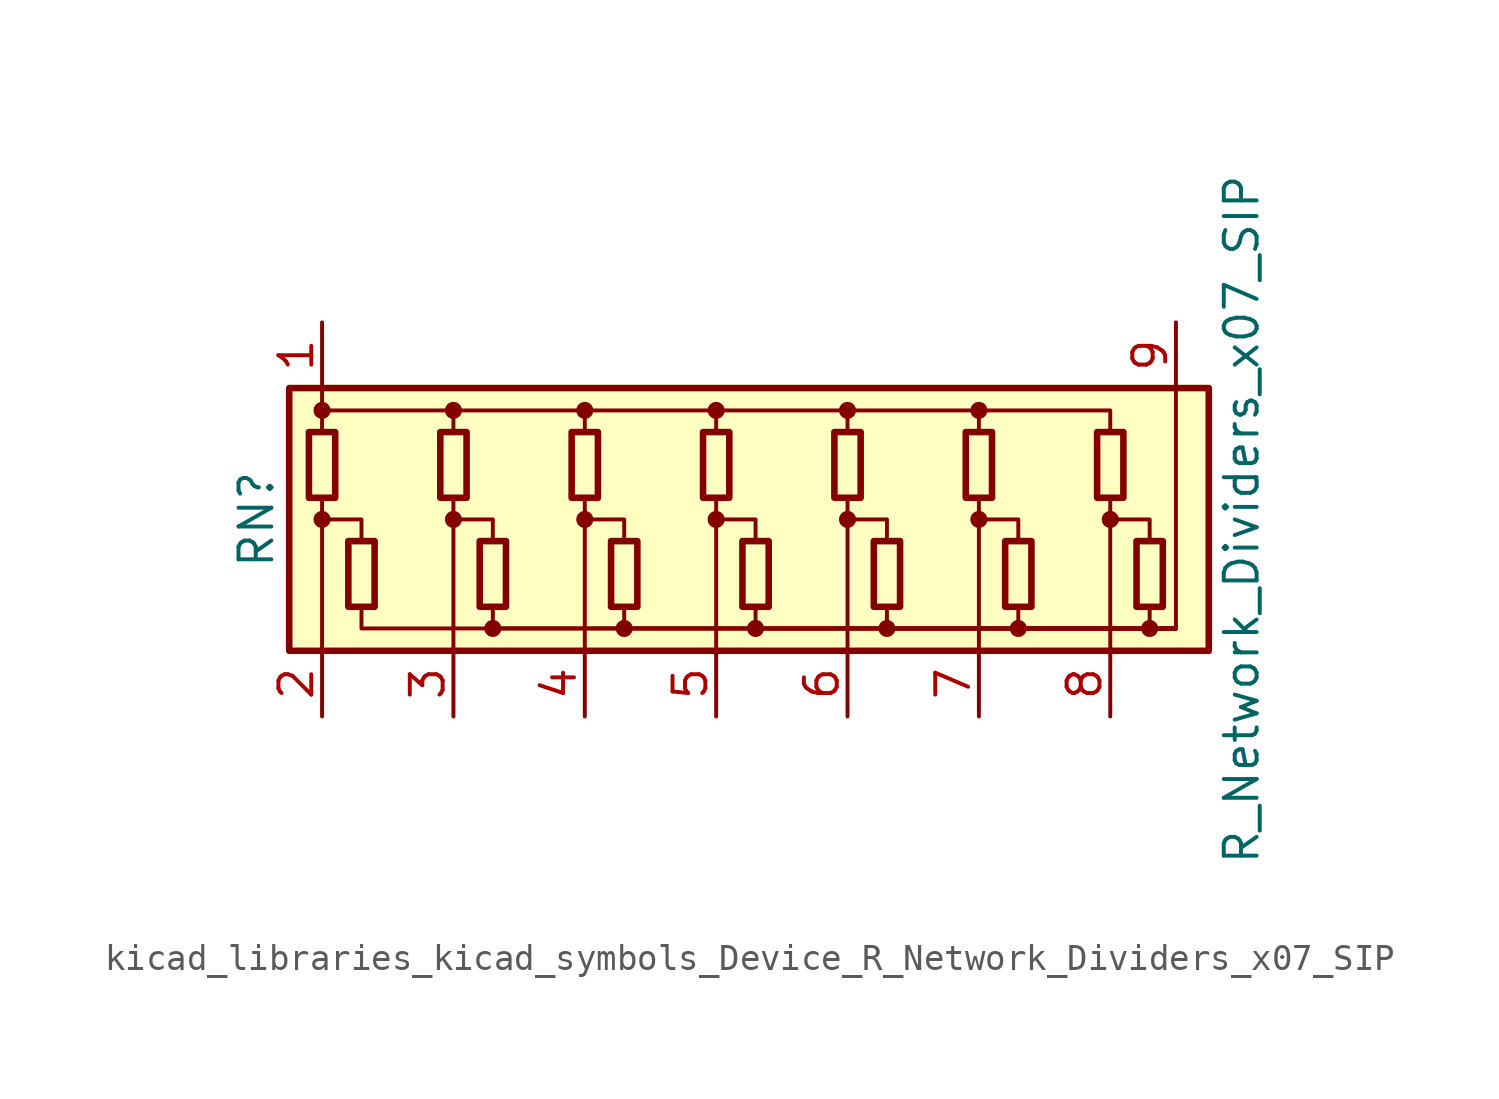
<source format=kicad_sym>
(kicad_symbol_lib
  (version 20220914)
  (generator kicad_symbol_editor)
  (symbol "kicad_libraries_kicad_symbols_Device_R_Network_Dividers_x07_SIP"
    (pin_names
      (offset 0) hide)
    (property "Reference" "RN"
      (at -17.78 0 90)
      (effects (font (size 1.27 1.27))))
    (property "Value" "R_Network_Dividers_x07_SIP"
      (at 20.32 0 90)
      (effects (font (size 1.27 1.27))))
    (symbol "kicad_libraries_kicad_symbols_Device_R_Network_Dividers_x07_SIP_0_1"
      (rectangle (start -16.51 -5.08) (end 19.05 5.08) (stroke (width 0.254) (type default)) (fill (type background)))
      (rectangle (start -15.748 3.378) (end -14.732 0.838) (stroke (width 0.254) (type default)) (fill (type none)))
      (circle (center -15.24 0) (radius 0.254) (stroke (width 0) (type default)) (fill (type outline)))
      (circle (center -15.24 4.216) (radius 0.254) (stroke (width 0) (type default)) (fill (type outline)))
      (rectangle (start -14.224 -3.378) (end -13.208 -0.838) (stroke (width 0.254) (type default)) (fill (type none)))
      (rectangle (start -10.668 3.378) (end -9.652 0.838) (stroke (width 0.254) (type default)) (fill (type none)))
      (circle (center -10.16 0) (radius 0.254) (stroke (width 0) (type default)) (fill (type outline)))
      (circle (center -10.16 4.216) (radius 0.254) (stroke (width 0) (type default)) (fill (type outline)))
      (rectangle (start -9.144 -3.378) (end -8.128 -0.838) (stroke (width 0.254) (type default)) (fill (type none)))
      (circle (center -8.636 -4.216) (radius 0.254) (stroke (width 0) (type default)) (fill (type outline)))
      (rectangle (start -5.588 3.378) (end -4.572 0.838) (stroke (width 0.254) (type default)) (fill (type none)))
      (circle (center -5.08 0) (radius 0.254) (stroke (width 0) (type default)) (fill (type outline)))
      (circle (center -5.08 4.216) (radius 0.254) (stroke (width 0) (type default)) (fill (type outline)))
      (rectangle (start -4.064 -3.378) (end -3.048 -0.838) (stroke (width 0.254) (type default)) (fill (type none)))
      (circle (center -3.556 -4.216) (radius 0.254) (stroke (width 0) (type default)) (fill (type outline)))
      (rectangle (start -0.508 3.378) (end 0.508 0.838) (stroke (width 0.254) (type default)) (fill (type none)))
      (polyline (pts (xy -15.24 -5.08) (xy -15.24 0.838)) (stroke (width 0) (type default)) (fill (type none)))
      (polyline (pts (xy -15.24 5.08) (xy -15.24 3.378)) (stroke (width 0) (type default)) (fill (type none)))
      (polyline (pts (xy -10.16 -5.08) (xy -10.16 0.838)) (stroke (width 0) (type default)) (fill (type none)))
      (polyline (pts (xy -5.08 -5.08) (xy -5.08 0.838)) (stroke (width 0) (type default)) (fill (type none)))
      (polyline (pts (xy 0 -5.08) (xy 0 0.838)) (stroke (width 0) (type default)) (fill (type none)))
      (polyline (pts (xy 5.08 -5.08) (xy 5.08 0.838)) (stroke (width 0) (type default)) (fill (type none)))
      (polyline (pts (xy 10.16 -5.08) (xy 10.16 0.838)) (stroke (width 0) (type default)) (fill (type none)))
      (polyline (pts (xy 15.24 -5.08) (xy 15.24 0.838)) (stroke (width 0) (type default)) (fill (type none)))
      (polyline (pts (xy 17.78 -4.216) (xy 17.78 5.08)) (stroke (width 0) (type default)) (fill (type none)))
      (polyline (pts (xy -15.24 0) (xy -13.716 0) (xy -13.716 -0.838)) (stroke (width 0) (type default)) (fill (type none)))
      (polyline (pts (xy -15.24 4.216) (xy -10.16 4.216) (xy -10.16 3.378)) (stroke (width 0) (type default)) (fill (type none)))
      (polyline (pts (xy -13.716 -3.378) (xy -13.716 -4.216) (xy 17.78 -4.216)) (stroke (width 0) (type default)) (fill (type none)))
      (polyline (pts (xy -10.16 0) (xy -8.636 0) (xy -8.636 -0.838)) (stroke (width 0) (type default)) (fill (type none)))
      (polyline (pts (xy -10.16 4.216) (xy -5.08 4.216) (xy -5.08 3.378)) (stroke (width 0) (type default)) (fill (type none)))
      (polyline (pts (xy -8.636 -3.378) (xy -8.636 -4.216) (xy 17.78 -4.216)) (stroke (width 0) (type default)) (fill (type none)))
      (polyline (pts (xy -5.08 0) (xy -3.556 0) (xy -3.556 -0.838)) (stroke (width 0) (type default)) (fill (type none)))
      (polyline (pts (xy -5.08 4.216) (xy 0 4.216) (xy 0 3.378)) (stroke (width 0) (type default)) (fill (type none)))
      (polyline (pts (xy -3.556 -3.378) (xy -3.556 -4.216) (xy 17.78 -4.216)) (stroke (width 0) (type default)) (fill (type none)))
      (polyline (pts (xy 0 0) (xy 1.524 0) (xy 1.524 -0.838)) (stroke (width 0) (type default)) (fill (type none)))
      (polyline (pts (xy 0 4.216) (xy 5.08 4.216) (xy 5.08 3.378)) (stroke (width 0) (type default)) (fill (type none)))
      (polyline (pts (xy 1.524 -3.378) (xy 1.524 -4.216) (xy 17.78 -4.216)) (stroke (width 0) (type default)) (fill (type none)))
      (polyline (pts (xy 5.08 0) (xy 6.604 0) (xy 6.604 -0.838)) (stroke (width 0) (type default)) (fill (type none)))
      (polyline (pts (xy 5.08 4.216) (xy 10.16 4.216) (xy 10.16 3.378)) (stroke (width 0) (type default)) (fill (type none)))
      (polyline (pts (xy 6.604 -3.378) (xy 6.604 -4.216) (xy 17.78 -4.216)) (stroke (width 0) (type default)) (fill (type none)))
      (polyline (pts (xy 10.16 0) (xy 11.684 0) (xy 11.684 -0.838)) (stroke (width 0) (type default)) (fill (type none)))
      (polyline (pts (xy 10.16 4.216) (xy 15.24 4.216) (xy 15.24 3.378)) (stroke (width 0) (type default)) (fill (type none)))
      (polyline (pts (xy 11.684 -3.378) (xy 11.684 -4.216) (xy 17.78 -4.216)) (stroke (width 0) (type default)) (fill (type none)))
      (polyline (pts (xy 15.24 0) (xy 16.764 0) (xy 16.764 -0.838)) (stroke (width 0) (type default)) (fill (type none)))
      (polyline (pts (xy 16.764 -3.378) (xy 16.764 -4.216) (xy 17.78 -4.216)) (stroke (width 0) (type default)) (fill (type none)))
      (circle (center 0 0) (radius 0.254) (stroke (width 0) (type default)) (fill (type outline)))
      (circle (center 0 4.216) (radius 0.254) (stroke (width 0) (type default)) (fill (type outline)))
      (rectangle (start 1.016 -3.378) (end 2.032 -0.838) (stroke (width 0.254) (type default)) (fill (type none)))
      (circle (center 1.524 -4.216) (radius 0.254) (stroke (width 0) (type default)) (fill (type outline)))
      (rectangle (start 4.572 3.378) (end 5.588 0.838) (stroke (width 0.254) (type default)) (fill (type none)))
      (circle (center 5.08 0) (radius 0.254) (stroke (width 0) (type default)) (fill (type outline)))
      (circle (center 5.08 4.216) (radius 0.254) (stroke (width 0) (type default)) (fill (type outline)))
      (rectangle (start 6.096 -3.378) (end 7.112 -0.838) (stroke (width 0.254) (type default)) (fill (type none)))
      (circle (center 6.604 -4.216) (radius 0.254) (stroke (width 0) (type default)) (fill (type outline)))
      (rectangle (start 9.652 3.378) (end 10.668 0.838) (stroke (width 0.254) (type default)) (fill (type none)))
      (circle (center 10.16 0) (radius 0.254) (stroke (width 0) (type default)) (fill (type outline)))
      (circle (center 10.16 4.216) (radius 0.254) (stroke (width 0) (type default)) (fill (type outline)))
      (rectangle (start 11.176 -3.378) (end 12.192 -0.838) (stroke (width 0.254) (type default)) (fill (type none)))
      (circle (center 11.684 -4.216) (radius 0.254) (stroke (width 0) (type default)) (fill (type outline)))
      (rectangle (start 14.732 3.378) (end 15.748 0.838) (stroke (width 0.254) (type default)) (fill (type none)))
      (circle (center 15.24 0) (radius 0.254) (stroke (width 0) (type default)) (fill (type outline)))
      (rectangle (start 16.256 -3.378) (end 17.272 -0.838) (stroke (width 0.254) (type default)) (fill (type none)))
      (circle (center 16.764 -4.216) (radius 0.254) (stroke (width 0) (type default)) (fill (type outline))))
    (symbol "kicad_libraries_kicad_symbols_Device_R_Network_Dividers_x07_SIP_1_1"
      (pin passive line (at -15.24 7.62 270) (length 2.54) (name "COM1" (effects (font (size 1.27 1.27)))) (number "1" (effects (font (size 1.27 1.27)))))
      (pin passive line (at -15.24 -7.62 90) (length 2.54) (name "R1" (effects (font (size 1.27 1.27)))) (number "2" (effects (font (size 1.27 1.27)))))
      (pin passive line (at -10.16 -7.62 90) (length 2.54) (name "R2" (effects (font (size 1.27 1.27)))) (number "3" (effects (font (size 1.27 1.27)))))
      (pin passive line (at -5.08 -7.62 90) (length 2.54) (name "R3" (effects (font (size 1.27 1.27)))) (number "4" (effects (font (size 1.27 1.27)))))
      (pin passive line (at 0 -7.62 90) (length 2.54) (name "R4" (effects (font (size 1.27 1.27)))) (number "5" (effects (font (size 1.27 1.27)))))
      (pin passive line (at 5.08 -7.62 90) (length 2.54) (name "R5" (effects (font (size 1.27 1.27)))) (number "6" (effects (font (size 1.27 1.27)))))
      (pin passive line (at 10.16 -7.62 90) (length 2.54) (name "R6" (effects (font (size 1.27 1.27)))) (number "7" (effects (font (size 1.27 1.27)))))
      (pin passive line (at 15.24 -7.62 90) (length 2.54) (name "R7" (effects (font (size 1.27 1.27)))) (number "8" (effects (font (size 1.27 1.27)))))
      (pin passive line (at 17.78 7.62 270) (length 2.54) (name "COM2" (effects (font (size 1.27 1.27)))) (number "9" (effects (font (size 1.27 1.27))))))))
</source>
